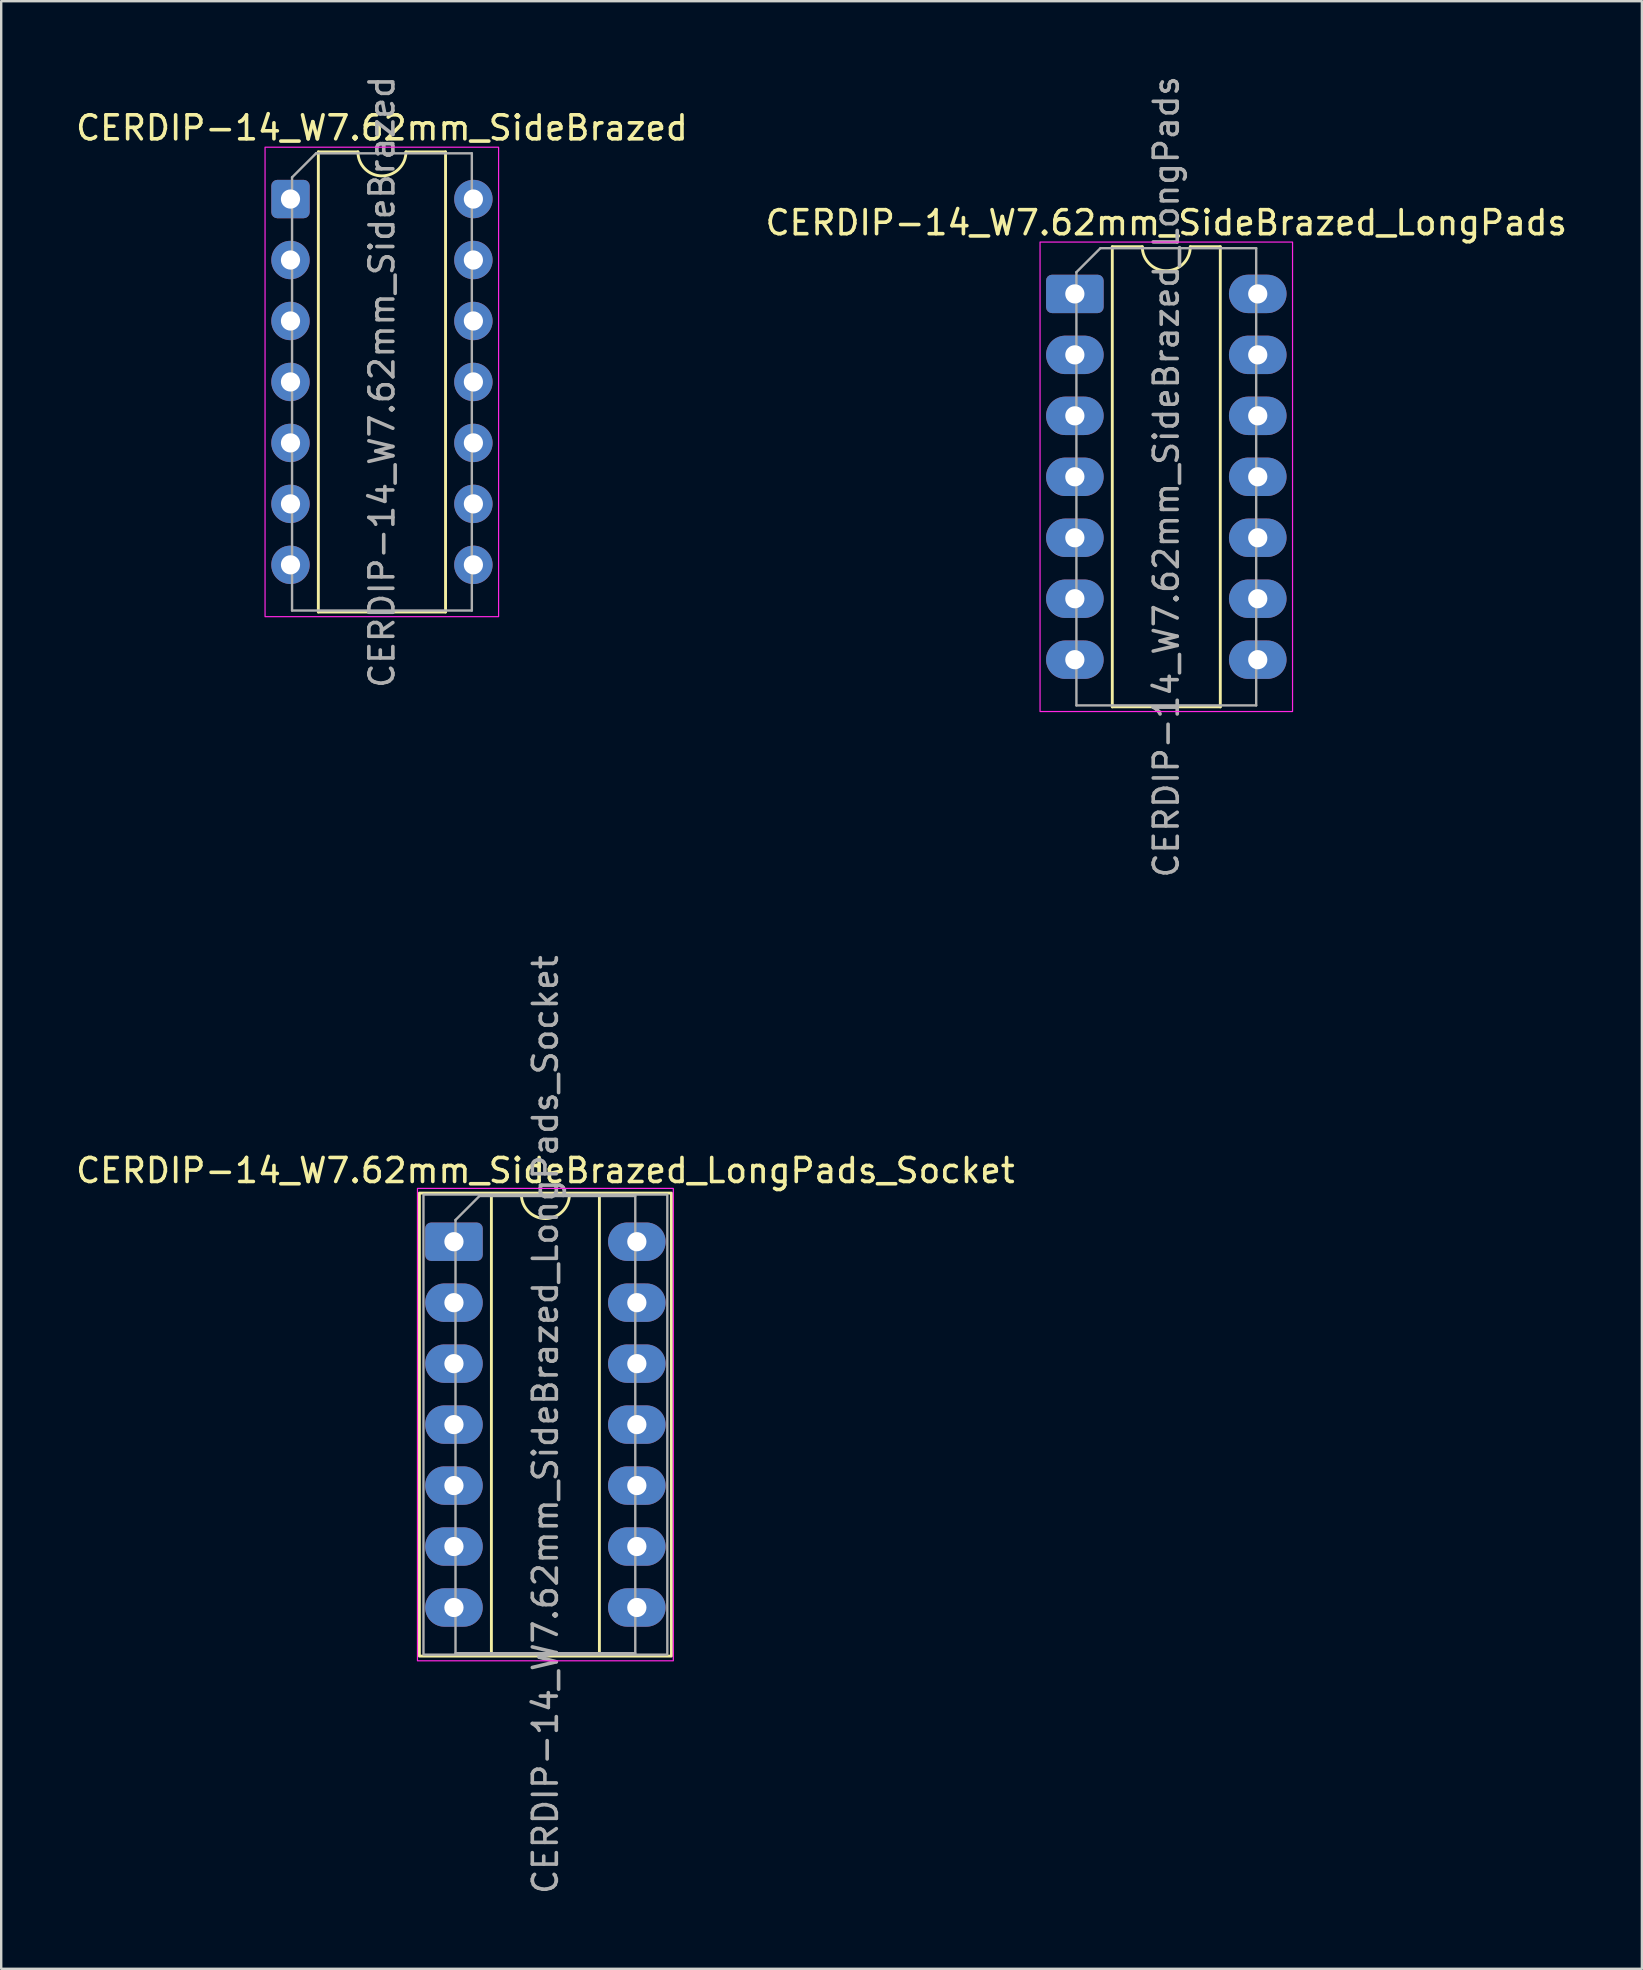
<source format=kicad_pcb>
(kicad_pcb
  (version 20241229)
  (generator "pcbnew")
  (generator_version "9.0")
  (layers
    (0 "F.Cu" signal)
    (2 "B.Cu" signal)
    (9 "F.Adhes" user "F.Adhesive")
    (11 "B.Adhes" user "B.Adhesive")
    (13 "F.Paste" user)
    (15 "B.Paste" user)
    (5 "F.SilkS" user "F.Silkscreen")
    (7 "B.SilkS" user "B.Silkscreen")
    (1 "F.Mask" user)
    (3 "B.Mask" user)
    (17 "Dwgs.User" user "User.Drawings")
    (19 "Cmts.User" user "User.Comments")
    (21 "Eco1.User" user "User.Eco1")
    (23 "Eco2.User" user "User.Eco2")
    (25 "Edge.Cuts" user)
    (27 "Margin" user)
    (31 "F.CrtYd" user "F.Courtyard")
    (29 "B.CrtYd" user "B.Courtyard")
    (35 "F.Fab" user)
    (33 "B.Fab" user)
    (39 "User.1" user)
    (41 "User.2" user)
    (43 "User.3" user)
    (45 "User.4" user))
  (footprint "CERDIP-14_W7.62mm_SideBrazed_LongPads"
    (layer "F.Cu")
    (at 41.732 9.195)
    (property "Reference" "CERDIP-14_W7.62mm_SideBrazed_LongPads" (at 3.81 -2.965 0) (layer "F.SilkS") (effects (font (size 1 1) (thickness 0.15))))
    (attr through_hole)
    (fp_line (start 1.56 -1.965) (end 1.56 17.205) (stroke (width 0.12) (type solid)) (layer "F.SilkS"))
    (fp_line (start 1.56 17.205) (end 6.06 17.205) (stroke (width 0.12) (type solid)) (layer "F.SilkS"))
    (fp_line (start 2.81 -1.965) (end 1.56 -1.965) (stroke (width 0.12) (type solid)) (layer "F.SilkS"))
    (fp_line (start 6.06 -1.965) (end 4.81 -1.965) (stroke (width 0.12) (type solid)) (layer "F.SilkS"))
    (fp_line (start 6.06 17.205) (end 6.06 -1.965) (stroke (width 0.12) (type solid)) (layer "F.SilkS"))
    (fp_arc (start 4.81 -1.965) (mid 3.81 -0.965) (end 2.81 -1.965) (stroke (width 0.12) (type solid)) (layer "F.SilkS"))
    (fp_rect (start -1.45 -2.16) (end 9.07 17.4) (stroke (width 0.05) (type solid)) (fill no) (layer "F.CrtYd"))
    (fp_line (start 0.065 -0.905) (end 1.065 -1.905) (stroke (width 0.1) (type solid)) (layer "F.Fab"))
    (fp_line (start 0.065 17.145) (end 0.065 -0.905) (stroke (width 0.1) (type solid)) (layer "F.Fab"))
    (fp_line (start 1.065 -1.905) (end 7.555 -1.905) (stroke (width 0.1) (type solid)) (layer "F.Fab"))
    (fp_line (start 7.555 -1.905) (end 7.555 17.145) (stroke (width 0.1) (type solid)) (layer "F.Fab"))
    (fp_line (start 7.555 17.145) (end 0.065 17.145) (stroke (width 0.1) (type solid)) (layer "F.Fab"))
    (fp_text user "${REFERENCE}" (at 3.81 7.62 90) (layer "F.Fab") (effects (font (size 1 1) (thickness 0.15))))
    (pad "1" thru_hole roundrect (at 0 0) (size 2.4 1.6) (drill 0.8) (layers "*.Cu" "*.Mask") (roundrect_rratio 0.156))
    (pad "2" thru_hole oval (at 0 2.54) (size 2.4 1.6) (drill 0.8) (layers "*.Cu" "*.Mask"))
    (pad "3" thru_hole oval (at 0 5.08) (size 2.4 1.6) (drill 0.8) (layers "*.Cu" "*.Mask"))
    (pad "4" thru_hole oval (at 0 7.62) (size 2.4 1.6) (drill 0.8) (layers "*.Cu" "*.Mask"))
    (pad "5" thru_hole oval (at 0 10.16) (size 2.4 1.6) (drill 0.8) (layers "*.Cu" "*.Mask"))
    (pad "6" thru_hole oval (at 0 12.7) (size 2.4 1.6) (drill 0.8) (layers "*.Cu" "*.Mask"))
    (pad "7" thru_hole oval (at 0 15.24) (size 2.4 1.6) (drill 0.8) (layers "*.Cu" "*.Mask"))
    (pad "8" thru_hole oval (at 7.62 15.24) (size 2.4 1.6) (drill 0.8) (layers "*.Cu" "*.Mask"))
    (pad "9" thru_hole oval (at 7.62 12.7) (size 2.4 1.6) (drill 0.8) (layers "*.Cu" "*.Mask"))
    (pad "10" thru_hole oval (at 7.62 10.16) (size 2.4 1.6) (drill 0.8) (layers "*.Cu" "*.Mask"))
    (pad "11" thru_hole oval (at 7.62 7.62) (size 2.4 1.6) (drill 0.8) (layers "*.Cu" "*.Mask"))
    (pad "12" thru_hole oval (at 7.62 5.08) (size 2.4 1.6) (drill 0.8) (layers "*.Cu" "*.Mask"))
    (pad "13" thru_hole oval (at 7.62 2.54) (size 2.4 1.6) (drill 0.8) (layers "*.Cu" "*.Mask"))
    (pad "14" thru_hole oval (at 7.62 0) (size 2.4 1.6) (drill 0.8) (layers "*.Cu" "*.Mask")))
  (footprint "CERDIP-14_W7.62mm_SideBrazed_LongPads_Socket"
    (layer "F.Cu")
    (at 15.863 48.684)
    (property "Reference" "CERDIP-14_W7.62mm_SideBrazed_LongPads_Socket" (at 3.81 -2.965 0) (layer "F.SilkS") (effects (font (size 1 1) (thickness 0.15))))
    (attr through_hole)
    (fp_line (start 1.56 -1.965) (end 1.56 17.205) (stroke (width 0.12) (type solid)) (layer "F.SilkS"))
    (fp_line (start 1.56 17.205) (end 6.06 17.205) (stroke (width 0.12) (type solid)) (layer "F.SilkS"))
    (fp_line (start 2.81 -1.965) (end 1.56 -1.965) (stroke (width 0.12) (type solid)) (layer "F.SilkS"))
    (fp_line (start 6.06 -1.965) (end 4.81 -1.965) (stroke (width 0.12) (type solid)) (layer "F.SilkS"))
    (fp_line (start 6.06 17.205) (end 6.06 -1.965) (stroke (width 0.12) (type solid)) (layer "F.SilkS"))
    (fp_rect (start -1.44 -2.025) (end 9.06 17.265) (stroke (width 0.12) (type solid)) (fill no) (layer "F.SilkS"))
    (fp_arc (start 4.81 -1.965) (mid 3.81 -0.965) (end 2.81 -1.965) (stroke (width 0.12) (type solid)) (layer "F.SilkS"))
    (fp_rect (start -1.52 -2.22) (end 9.14 17.46) (stroke (width 0.05) (type solid)) (fill no) (layer "F.CrtYd"))
    (fp_line (start 0.065 -0.905) (end 1.065 -1.905) (stroke (width 0.1) (type solid)) (layer "F.Fab"))
    (fp_line (start 0.065 17.145) (end 0.065 -0.905) (stroke (width 0.1) (type solid)) (layer "F.Fab"))
    (fp_line (start 1.065 -1.905) (end 7.555 -1.905) (stroke (width 0.1) (type solid)) (layer "F.Fab"))
    (fp_line (start 7.555 -1.905) (end 7.555 17.145) (stroke (width 0.1) (type solid)) (layer "F.Fab"))
    (fp_line (start 7.555 17.145) (end 0.065 17.145) (stroke (width 0.1) (type solid)) (layer "F.Fab"))
    (fp_rect (start -1.27 -1.965) (end 8.89 17.205) (stroke (width 0.1) (type solid)) (fill no) (layer "F.Fab"))
    (fp_text user "${REFERENCE}" (at 3.81 7.62 90) (layer "F.Fab") (effects (font (size 1 1) (thickness 0.15))))
    (pad "1" thru_hole roundrect (at 0 0) (size 2.4 1.6) (drill 0.8) (layers "*.Cu" "*.Mask") (roundrect_rratio 0.156))
    (pad "2" thru_hole oval (at 0 2.54) (size 2.4 1.6) (drill 0.8) (layers "*.Cu" "*.Mask"))
    (pad "3" thru_hole oval (at 0 5.08) (size 2.4 1.6) (drill 0.8) (layers "*.Cu" "*.Mask"))
    (pad "4" thru_hole oval (at 0 7.62) (size 2.4 1.6) (drill 0.8) (layers "*.Cu" "*.Mask"))
    (pad "5" thru_hole oval (at 0 10.16) (size 2.4 1.6) (drill 0.8) (layers "*.Cu" "*.Mask"))
    (pad "6" thru_hole oval (at 0 12.7) (size 2.4 1.6) (drill 0.8) (layers "*.Cu" "*.Mask"))
    (pad "7" thru_hole oval (at 0 15.24) (size 2.4 1.6) (drill 0.8) (layers "*.Cu" "*.Mask"))
    (pad "8" thru_hole oval (at 7.62 15.24) (size 2.4 1.6) (drill 0.8) (layers "*.Cu" "*.Mask"))
    (pad "9" thru_hole oval (at 7.62 12.7) (size 2.4 1.6) (drill 0.8) (layers "*.Cu" "*.Mask"))
    (pad "10" thru_hole oval (at 7.62 10.16) (size 2.4 1.6) (drill 0.8) (layers "*.Cu" "*.Mask"))
    (pad "11" thru_hole oval (at 7.62 7.62) (size 2.4 1.6) (drill 0.8) (layers "*.Cu" "*.Mask"))
    (pad "12" thru_hole oval (at 7.62 5.08) (size 2.4 1.6) (drill 0.8) (layers "*.Cu" "*.Mask"))
    (pad "13" thru_hole oval (at 7.62 2.54) (size 2.4 1.6) (drill 0.8) (layers "*.Cu" "*.Mask"))
    (pad "14" thru_hole oval (at 7.62 0) (size 2.4 1.6) (drill 0.8) (layers "*.Cu" "*.Mask")))
  (footprint "CERDIP-14_W7.62mm_SideBrazed"
    (layer "F.Cu")
    (at 9.053 5.243)
    (property "Reference" "CERDIP-14_W7.62mm_SideBrazed" (at 3.81 -2.965 0) (layer "F.SilkS") (effects (font (size 1 1) (thickness 0.15))))
    (attr through_hole)
    (fp_line (start 1.16 -1.965) (end 1.16 17.205) (stroke (width 0.12) (type solid)) (layer "F.SilkS"))
    (fp_line (start 1.16 17.205) (end 6.46 17.205) (stroke (width 0.12) (type solid)) (layer "F.SilkS"))
    (fp_line (start 2.81 -1.965) (end 1.16 -1.965) (stroke (width 0.12) (type solid)) (layer "F.SilkS"))
    (fp_line (start 6.46 -1.965) (end 4.81 -1.965) (stroke (width 0.12) (type solid)) (layer "F.SilkS"))
    (fp_line (start 6.46 17.205) (end 6.46 -1.965) (stroke (width 0.12) (type solid)) (layer "F.SilkS"))
    (fp_arc (start 4.81 -1.965) (mid 3.81 -0.965) (end 2.81 -1.965) (stroke (width 0.12) (type solid)) (layer "F.SilkS"))
    (fp_rect (start -1.06 -2.16) (end 8.67 17.4) (stroke (width 0.05) (type solid)) (fill no) (layer "F.CrtYd"))
    (fp_line (start 0.065 -0.905) (end 1.065 -1.905) (stroke (width 0.1) (type solid)) (layer "F.Fab"))
    (fp_line (start 0.065 17.145) (end 0.065 -0.905) (stroke (width 0.1) (type solid)) (layer "F.Fab"))
    (fp_line (start 1.065 -1.905) (end 7.555 -1.905) (stroke (width 0.1) (type solid)) (layer "F.Fab"))
    (fp_line (start 7.555 -1.905) (end 7.555 17.145) (stroke (width 0.1) (type solid)) (layer "F.Fab"))
    (fp_line (start 7.555 17.145) (end 0.065 17.145) (stroke (width 0.1) (type solid)) (layer "F.Fab"))
    (fp_text user "${REFERENCE}" (at 3.81 7.62 90) (layer "F.Fab") (effects (font (size 1 1) (thickness 0.15))))
    (pad "1" thru_hole roundrect (at 0 0) (size 1.6 1.6) (drill 0.8) (layers "*.Cu" "*.Mask") (roundrect_rratio 0.156))
    (pad "2" thru_hole circle (at 0 2.54) (size 1.6 1.6) (drill 0.8) (layers "*.Cu" "*.Mask"))
    (pad "3" thru_hole circle (at 0 5.08) (size 1.6 1.6) (drill 0.8) (layers "*.Cu" "*.Mask"))
    (pad "4" thru_hole circle (at 0 7.62) (size 1.6 1.6) (drill 0.8) (layers "*.Cu" "*.Mask"))
    (pad "5" thru_hole circle (at 0 10.16) (size 1.6 1.6) (drill 0.8) (layers "*.Cu" "*.Mask"))
    (pad "6" thru_hole circle (at 0 12.7) (size 1.6 1.6) (drill 0.8) (layers "*.Cu" "*.Mask"))
    (pad "7" thru_hole circle (at 0 15.24) (size 1.6 1.6) (drill 0.8) (layers "*.Cu" "*.Mask"))
    (pad "8" thru_hole circle (at 7.62 15.24) (size 1.6 1.6) (drill 0.8) (layers "*.Cu" "*.Mask"))
    (pad "9" thru_hole circle (at 7.62 12.7) (size 1.6 1.6) (drill 0.8) (layers "*.Cu" "*.Mask"))
    (pad "10" thru_hole circle (at 7.62 10.16) (size 1.6 1.6) (drill 0.8) (layers "*.Cu" "*.Mask"))
    (pad "11" thru_hole circle (at 7.62 7.62) (size 1.6 1.6) (drill 0.8) (layers "*.Cu" "*.Mask"))
    (pad "12" thru_hole circle (at 7.62 5.08) (size 1.6 1.6) (drill 0.8) (layers "*.Cu" "*.Mask"))
    (pad "13" thru_hole circle (at 7.62 2.54) (size 1.6 1.6) (drill 0.8) (layers "*.Cu" "*.Mask"))
    (pad "14" thru_hole circle (at 7.62 0) (size 1.6 1.6) (drill 0.8) (layers "*.Cu" "*.Mask")))
  (gr_rect
    (start -3 -3)
    (end 65.357 78.976)
    (stroke (width 0.1) (type default))
    (fill no)
    (layer "Edge.Cuts")))
</source>
